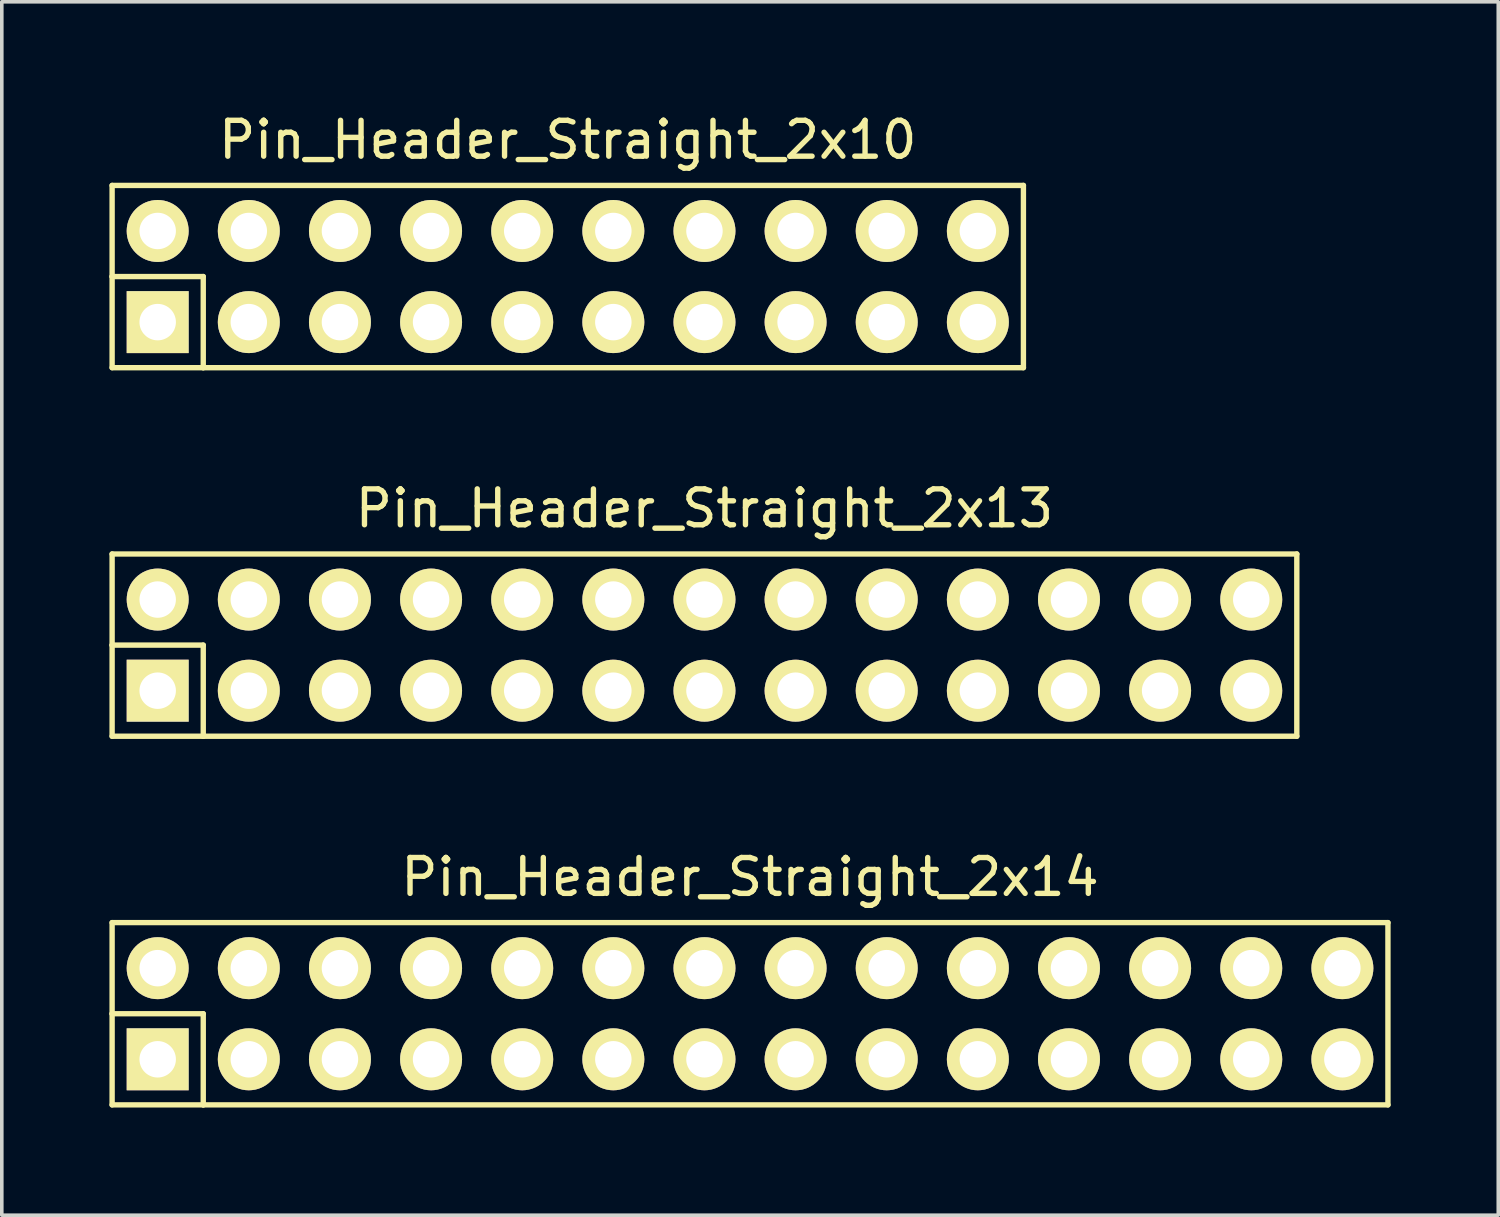
<source format=kicad_pcb>
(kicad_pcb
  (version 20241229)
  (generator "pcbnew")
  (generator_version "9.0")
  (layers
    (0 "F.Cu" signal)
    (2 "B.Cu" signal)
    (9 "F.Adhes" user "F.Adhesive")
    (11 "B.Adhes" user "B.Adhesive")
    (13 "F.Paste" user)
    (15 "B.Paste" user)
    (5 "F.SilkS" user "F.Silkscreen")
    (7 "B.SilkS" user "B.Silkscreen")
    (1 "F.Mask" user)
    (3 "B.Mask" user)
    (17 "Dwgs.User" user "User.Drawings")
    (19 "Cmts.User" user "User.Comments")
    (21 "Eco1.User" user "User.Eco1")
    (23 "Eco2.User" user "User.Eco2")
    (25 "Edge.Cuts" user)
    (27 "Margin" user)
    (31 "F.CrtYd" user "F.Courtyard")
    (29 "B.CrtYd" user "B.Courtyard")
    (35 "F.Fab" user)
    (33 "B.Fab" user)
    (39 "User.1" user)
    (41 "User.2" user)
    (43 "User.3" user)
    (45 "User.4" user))
  (footprint "Pin_Header_Straight_2x10"
    (layer "F.Cu")
    (at 12.775 4.658)
    (property "Reference" "Pin_Header_Straight_2x10" (at 0 -3.81 0) (layer "F.SilkS") (effects (font (size 1 1) (thickness 0.15))))
    (attr through_hole)
    (fp_line (start -12.7 -2.54) (end -12.7 0) (stroke (width 0.15) (type solid)) (layer "F.SilkS"))
    (fp_line (start -12.7 0) (end -10.16 0) (stroke (width 0.15) (type solid)) (layer "F.SilkS"))
    (fp_line (start -12.7 2.54) (end -12.7 0) (stroke (width 0.15) (type solid)) (layer "F.SilkS"))
    (fp_line (start -12.7 2.54) (end -10.16 2.54) (stroke (width 0.15) (type solid)) (layer "F.SilkS"))
    (fp_line (start -10.16 0) (end -10.16 2.54) (stroke (width 0.15) (type solid)) (layer "F.SilkS"))
    (fp_line (start -10.16 2.54) (end 12.7 2.54) (stroke (width 0.15) (type solid)) (layer "F.SilkS"))
    (fp_line (start 12.7 -2.54) (end -12.7 -2.54) (stroke (width 0.15) (type solid)) (layer "F.SilkS"))
    (fp_line (start 12.7 -2.54) (end 12.7 2.54) (stroke (width 0.15) (type solid)) (layer "F.SilkS"))
    (pad "1" thru_hole rect (at -11.43 1.27) (size 1.727 1.727) (drill 1.016) (layers "*.Cu" "*.Mask" "F.SilkS"))
    (pad "2" thru_hole oval (at -11.43 -1.27) (size 1.727 1.727) (drill 1.016) (layers "*.Cu" "*.Mask" "F.SilkS"))
    (pad "3" thru_hole oval (at -8.89 1.27) (size 1.727 1.727) (drill 1.016) (layers "*.Cu" "*.Mask" "F.SilkS"))
    (pad "4" thru_hole oval (at -8.89 -1.27) (size 1.727 1.727) (drill 1.016) (layers "*.Cu" "*.Mask" "F.SilkS"))
    (pad "5" thru_hole oval (at -6.35 1.27) (size 1.727 1.727) (drill 1.016) (layers "*.Cu" "*.Mask" "F.SilkS"))
    (pad "6" thru_hole oval (at -6.35 -1.27) (size 1.727 1.727) (drill 1.016) (layers "*.Cu" "*.Mask" "F.SilkS"))
    (pad "7" thru_hole oval (at -3.81 1.27) (size 1.727 1.727) (drill 1.016) (layers "*.Cu" "*.Mask" "F.SilkS"))
    (pad "8" thru_hole oval (at -3.81 -1.27) (size 1.727 1.727) (drill 1.016) (layers "*.Cu" "*.Mask" "F.SilkS"))
    (pad "9" thru_hole oval (at -1.27 1.27) (size 1.727 1.727) (drill 1.016) (layers "*.Cu" "*.Mask" "F.SilkS"))
    (pad "10" thru_hole oval (at -1.27 -1.27) (size 1.727 1.727) (drill 1.016) (layers "*.Cu" "*.Mask" "F.SilkS"))
    (pad "11" thru_hole oval (at 1.27 1.27) (size 1.727 1.727) (drill 1.016) (layers "*.Cu" "*.Mask" "F.SilkS"))
    (pad "12" thru_hole oval (at 1.27 -1.27) (size 1.727 1.727) (drill 1.016) (layers "*.Cu" "*.Mask" "F.SilkS"))
    (pad "13" thru_hole oval (at 3.81 1.27) (size 1.727 1.727) (drill 1.016) (layers "*.Cu" "*.Mask" "F.SilkS"))
    (pad "14" thru_hole oval (at 3.81 -1.27) (size 1.727 1.727) (drill 1.016) (layers "*.Cu" "*.Mask" "F.SilkS"))
    (pad "15" thru_hole oval (at 6.35 1.27) (size 1.727 1.727) (drill 1.016) (layers "*.Cu" "*.Mask" "F.SilkS"))
    (pad "16" thru_hole oval (at 6.35 -1.27) (size 1.727 1.727) (drill 1.016) (layers "*.Cu" "*.Mask" "F.SilkS"))
    (pad "17" thru_hole oval (at 8.89 1.27) (size 1.727 1.727) (drill 1.016) (layers "*.Cu" "*.Mask" "F.SilkS"))
    (pad "18" thru_hole oval (at 8.89 -1.27) (size 1.727 1.727) (drill 1.016) (layers "*.Cu" "*.Mask" "F.SilkS"))
    (pad "19" thru_hole oval (at 11.43 1.27) (size 1.727 1.727) (drill 1.016) (layers "*.Cu" "*.Mask" "F.SilkS"))
    (pad "20" thru_hole oval (at 11.43 -1.27) (size 1.727 1.727) (drill 1.016) (layers "*.Cu" "*.Mask" "F.SilkS")))
  (footprint "Pin_Header_Straight_2x14"
    (layer "F.Cu")
    (at 17.855 25.205)
    (property "Reference" "Pin_Header_Straight_2x14" (at 0 -3.81 0) (layer "F.SilkS") (effects (font (size 1 1) (thickness 0.15))))
    (attr through_hole)
    (fp_line (start -17.78 -2.54) (end -17.78 0) (stroke (width 0.15) (type solid)) (layer "F.SilkS"))
    (fp_line (start -17.78 0) (end -15.24 0) (stroke (width 0.15) (type solid)) (layer "F.SilkS"))
    (fp_line (start -17.78 2.54) (end -17.78 0) (stroke (width 0.15) (type solid)) (layer "F.SilkS"))
    (fp_line (start -17.78 2.54) (end -15.24 2.54) (stroke (width 0.15) (type solid)) (layer "F.SilkS"))
    (fp_line (start -15.24 0) (end -15.24 2.54) (stroke (width 0.15) (type solid)) (layer "F.SilkS"))
    (fp_line (start -15.24 2.54) (end 17.78 2.54) (stroke (width 0.15) (type solid)) (layer "F.SilkS"))
    (fp_line (start 17.78 -2.54) (end -17.78 -2.54) (stroke (width 0.15) (type solid)) (layer "F.SilkS"))
    (fp_line (start 17.78 -2.54) (end 17.78 2.54) (stroke (width 0.15) (type solid)) (layer "F.SilkS"))
    (pad "1" thru_hole rect (at -16.51 1.27) (size 1.727 1.727) (drill 1.016) (layers "*.Cu" "*.Mask" "F.SilkS"))
    (pad "2" thru_hole oval (at -16.51 -1.27) (size 1.727 1.727) (drill 1.016) (layers "*.Cu" "*.Mask" "F.SilkS"))
    (pad "3" thru_hole oval (at -13.97 1.27) (size 1.727 1.727) (drill 1.016) (layers "*.Cu" "*.Mask" "F.SilkS"))
    (pad "4" thru_hole oval (at -13.97 -1.27) (size 1.727 1.727) (drill 1.016) (layers "*.Cu" "*.Mask" "F.SilkS"))
    (pad "5" thru_hole oval (at -11.43 1.27) (size 1.727 1.727) (drill 1.016) (layers "*.Cu" "*.Mask" "F.SilkS"))
    (pad "6" thru_hole oval (at -11.43 -1.27) (size 1.727 1.727) (drill 1.016) (layers "*.Cu" "*.Mask" "F.SilkS"))
    (pad "7" thru_hole oval (at -8.89 1.27) (size 1.727 1.727) (drill 1.016) (layers "*.Cu" "*.Mask" "F.SilkS"))
    (pad "8" thru_hole oval (at -8.89 -1.27) (size 1.727 1.727) (drill 1.016) (layers "*.Cu" "*.Mask" "F.SilkS"))
    (pad "9" thru_hole oval (at -6.35 1.27) (size 1.727 1.727) (drill 1.016) (layers "*.Cu" "*.Mask" "F.SilkS"))
    (pad "10" thru_hole oval (at -6.35 -1.27) (size 1.727 1.727) (drill 1.016) (layers "*.Cu" "*.Mask" "F.SilkS"))
    (pad "11" thru_hole oval (at -3.81 1.27) (size 1.727 1.727) (drill 1.016) (layers "*.Cu" "*.Mask" "F.SilkS"))
    (pad "12" thru_hole oval (at -3.81 -1.27) (size 1.727 1.727) (drill 1.016) (layers "*.Cu" "*.Mask" "F.SilkS"))
    (pad "13" thru_hole oval (at -1.27 1.27) (size 1.727 1.727) (drill 1.016) (layers "*.Cu" "*.Mask" "F.SilkS"))
    (pad "14" thru_hole oval (at -1.27 -1.27) (size 1.727 1.727) (drill 1.016) (layers "*.Cu" "*.Mask" "F.SilkS"))
    (pad "15" thru_hole oval (at 1.27 1.27) (size 1.727 1.727) (drill 1.016) (layers "*.Cu" "*.Mask" "F.SilkS"))
    (pad "16" thru_hole oval (at 1.27 -1.27) (size 1.727 1.727) (drill 1.016) (layers "*.Cu" "*.Mask" "F.SilkS"))
    (pad "17" thru_hole oval (at 3.81 1.27) (size 1.727 1.727) (drill 1.016) (layers "*.Cu" "*.Mask" "F.SilkS"))
    (pad "18" thru_hole oval (at 3.81 -1.27) (size 1.727 1.727) (drill 1.016) (layers "*.Cu" "*.Mask" "F.SilkS"))
    (pad "19" thru_hole oval (at 6.35 1.27) (size 1.727 1.727) (drill 1.016) (layers "*.Cu" "*.Mask" "F.SilkS"))
    (pad "20" thru_hole oval (at 6.35 -1.27) (size 1.727 1.727) (drill 1.016) (layers "*.Cu" "*.Mask" "F.SilkS"))
    (pad "21" thru_hole oval (at 8.89 1.27) (size 1.727 1.727) (drill 1.016) (layers "*.Cu" "*.Mask" "F.SilkS"))
    (pad "22" thru_hole oval (at 8.89 -1.27) (size 1.727 1.727) (drill 1.016) (layers "*.Cu" "*.Mask" "F.SilkS"))
    (pad "23" thru_hole oval (at 11.43 1.27) (size 1.727 1.727) (drill 1.016) (layers "*.Cu" "*.Mask" "F.SilkS"))
    (pad "24" thru_hole oval (at 11.43 -1.27) (size 1.727 1.727) (drill 1.016) (layers "*.Cu" "*.Mask" "F.SilkS"))
    (pad "25" thru_hole oval (at 13.97 1.27) (size 1.727 1.727) (drill 1.016) (layers "*.Cu" "*.Mask" "F.SilkS"))
    (pad "26" thru_hole oval (at 13.97 -1.27) (size 1.727 1.727) (drill 1.016) (layers "*.Cu" "*.Mask" "F.SilkS"))
    (pad "27" thru_hole oval (at 16.51 1.27) (size 1.727 1.727) (drill 1.016) (layers "*.Cu" "*.Mask" "F.SilkS"))
    (pad "28" thru_hole oval (at 16.51 -1.27) (size 1.727 1.727) (drill 1.016) (layers "*.Cu" "*.Mask" "F.SilkS")))
  (footprint "Pin_Header_Straight_2x13"
    (layer "F.Cu")
    (at 16.585 14.931)
    (property "Reference" "Pin_Header_Straight_2x13" (at 0 -3.81 0) (layer "F.SilkS") (effects (font (size 1 1) (thickness 0.15))))
    (attr through_hole)
    (fp_line (start -16.51 -2.54) (end -16.51 0) (stroke (width 0.15) (type solid)) (layer "F.SilkS"))
    (fp_line (start -16.51 -2.54) (end 16.51 -2.54) (stroke (width 0.15) (type solid)) (layer "F.SilkS"))
    (fp_line (start -16.51 0) (end -13.97 0) (stroke (width 0.15) (type solid)) (layer "F.SilkS"))
    (fp_line (start -16.51 2.54) (end -16.51 0) (stroke (width 0.15) (type solid)) (layer "F.SilkS"))
    (fp_line (start -16.51 2.54) (end -13.97 2.54) (stroke (width 0.15) (type solid)) (layer "F.SilkS"))
    (fp_line (start -13.97 0) (end -13.97 2.54) (stroke (width 0.15) (type solid)) (layer "F.SilkS"))
    (fp_line (start -13.97 2.54) (end 16.51 2.54) (stroke (width 0.15) (type solid)) (layer "F.SilkS"))
    (fp_line (start 16.51 -2.54) (end 16.51 2.54) (stroke (width 0.15) (type solid)) (layer "F.SilkS"))
    (pad "1" thru_hole rect (at -15.24 1.27) (size 1.727 1.727) (drill 1.016) (layers "*.Cu" "*.Mask" "F.SilkS"))
    (pad "2" thru_hole oval (at -15.24 -1.27) (size 1.727 1.727) (drill 1.016) (layers "*.Cu" "*.Mask" "F.SilkS"))
    (pad "3" thru_hole oval (at -12.7 1.27) (size 1.727 1.727) (drill 1.016) (layers "*.Cu" "*.Mask" "F.SilkS"))
    (pad "4" thru_hole oval (at -12.7 -1.27) (size 1.727 1.727) (drill 1.016) (layers "*.Cu" "*.Mask" "F.SilkS"))
    (pad "5" thru_hole oval (at -10.16 1.27) (size 1.727 1.727) (drill 1.016) (layers "*.Cu" "*.Mask" "F.SilkS"))
    (pad "6" thru_hole oval (at -10.16 -1.27) (size 1.727 1.727) (drill 1.016) (layers "*.Cu" "*.Mask" "F.SilkS"))
    (pad "7" thru_hole oval (at -7.62 1.27) (size 1.727 1.727) (drill 1.016) (layers "*.Cu" "*.Mask" "F.SilkS"))
    (pad "8" thru_hole oval (at -7.62 -1.27) (size 1.727 1.727) (drill 1.016) (layers "*.Cu" "*.Mask" "F.SilkS"))
    (pad "9" thru_hole oval (at -5.08 1.27) (size 1.727 1.727) (drill 1.016) (layers "*.Cu" "*.Mask" "F.SilkS"))
    (pad "10" thru_hole oval (at -5.08 -1.27) (size 1.727 1.727) (drill 1.016) (layers "*.Cu" "*.Mask" "F.SilkS"))
    (pad "11" thru_hole oval (at -2.54 1.27) (size 1.727 1.727) (drill 1.016) (layers "*.Cu" "*.Mask" "F.SilkS"))
    (pad "12" thru_hole oval (at -2.54 -1.27) (size 1.727 1.727) (drill 1.016) (layers "*.Cu" "*.Mask" "F.SilkS"))
    (pad "13" thru_hole oval (at 0 1.27) (size 1.727 1.727) (drill 1.016) (layers "*.Cu" "*.Mask" "F.SilkS"))
    (pad "14" thru_hole oval (at 0 -1.27) (size 1.727 1.727) (drill 1.016) (layers "*.Cu" "*.Mask" "F.SilkS"))
    (pad "15" thru_hole oval (at 2.54 1.27) (size 1.727 1.727) (drill 1.016) (layers "*.Cu" "*.Mask" "F.SilkS"))
    (pad "16" thru_hole oval (at 2.54 -1.27) (size 1.727 1.727) (drill 1.016) (layers "*.Cu" "*.Mask" "F.SilkS"))
    (pad "17" thru_hole oval (at 5.08 1.27) (size 1.727 1.727) (drill 1.016) (layers "*.Cu" "*.Mask" "F.SilkS"))
    (pad "18" thru_hole oval (at 5.08 -1.27) (size 1.727 1.727) (drill 1.016) (layers "*.Cu" "*.Mask" "F.SilkS"))
    (pad "19" thru_hole oval (at 7.62 1.27) (size 1.727 1.727) (drill 1.016) (layers "*.Cu" "*.Mask" "F.SilkS"))
    (pad "20" thru_hole oval (at 7.62 -1.27) (size 1.727 1.727) (drill 1.016) (layers "*.Cu" "*.Mask" "F.SilkS"))
    (pad "21" thru_hole oval (at 10.16 1.27) (size 1.727 1.727) (drill 1.016) (layers "*.Cu" "*.Mask" "F.SilkS"))
    (pad "22" thru_hole oval (at 10.16 -1.27) (size 1.727 1.727) (drill 1.016) (layers "*.Cu" "*.Mask" "F.SilkS"))
    (pad "23" thru_hole oval (at 12.7 1.27) (size 1.727 1.727) (drill 1.016) (layers "*.Cu" "*.Mask" "F.SilkS"))
    (pad "24" thru_hole oval (at 12.7 -1.27) (size 1.727 1.727) (drill 1.016) (layers "*.Cu" "*.Mask" "F.SilkS"))
    (pad "25" thru_hole oval (at 15.24 1.27) (size 1.727 1.727) (drill 1.016) (layers "*.Cu" "*.Mask" "F.SilkS"))
    (pad "26" thru_hole oval (at 15.24 -1.27) (size 1.727 1.727) (drill 1.016) (layers "*.Cu" "*.Mask" "F.SilkS")))
  (gr_rect
    (start -3 -3)
    (end 38.71 30.82)
    (stroke (width 0.1) (type default))
    (fill no)
    (layer "Edge.Cuts")))
</source>
